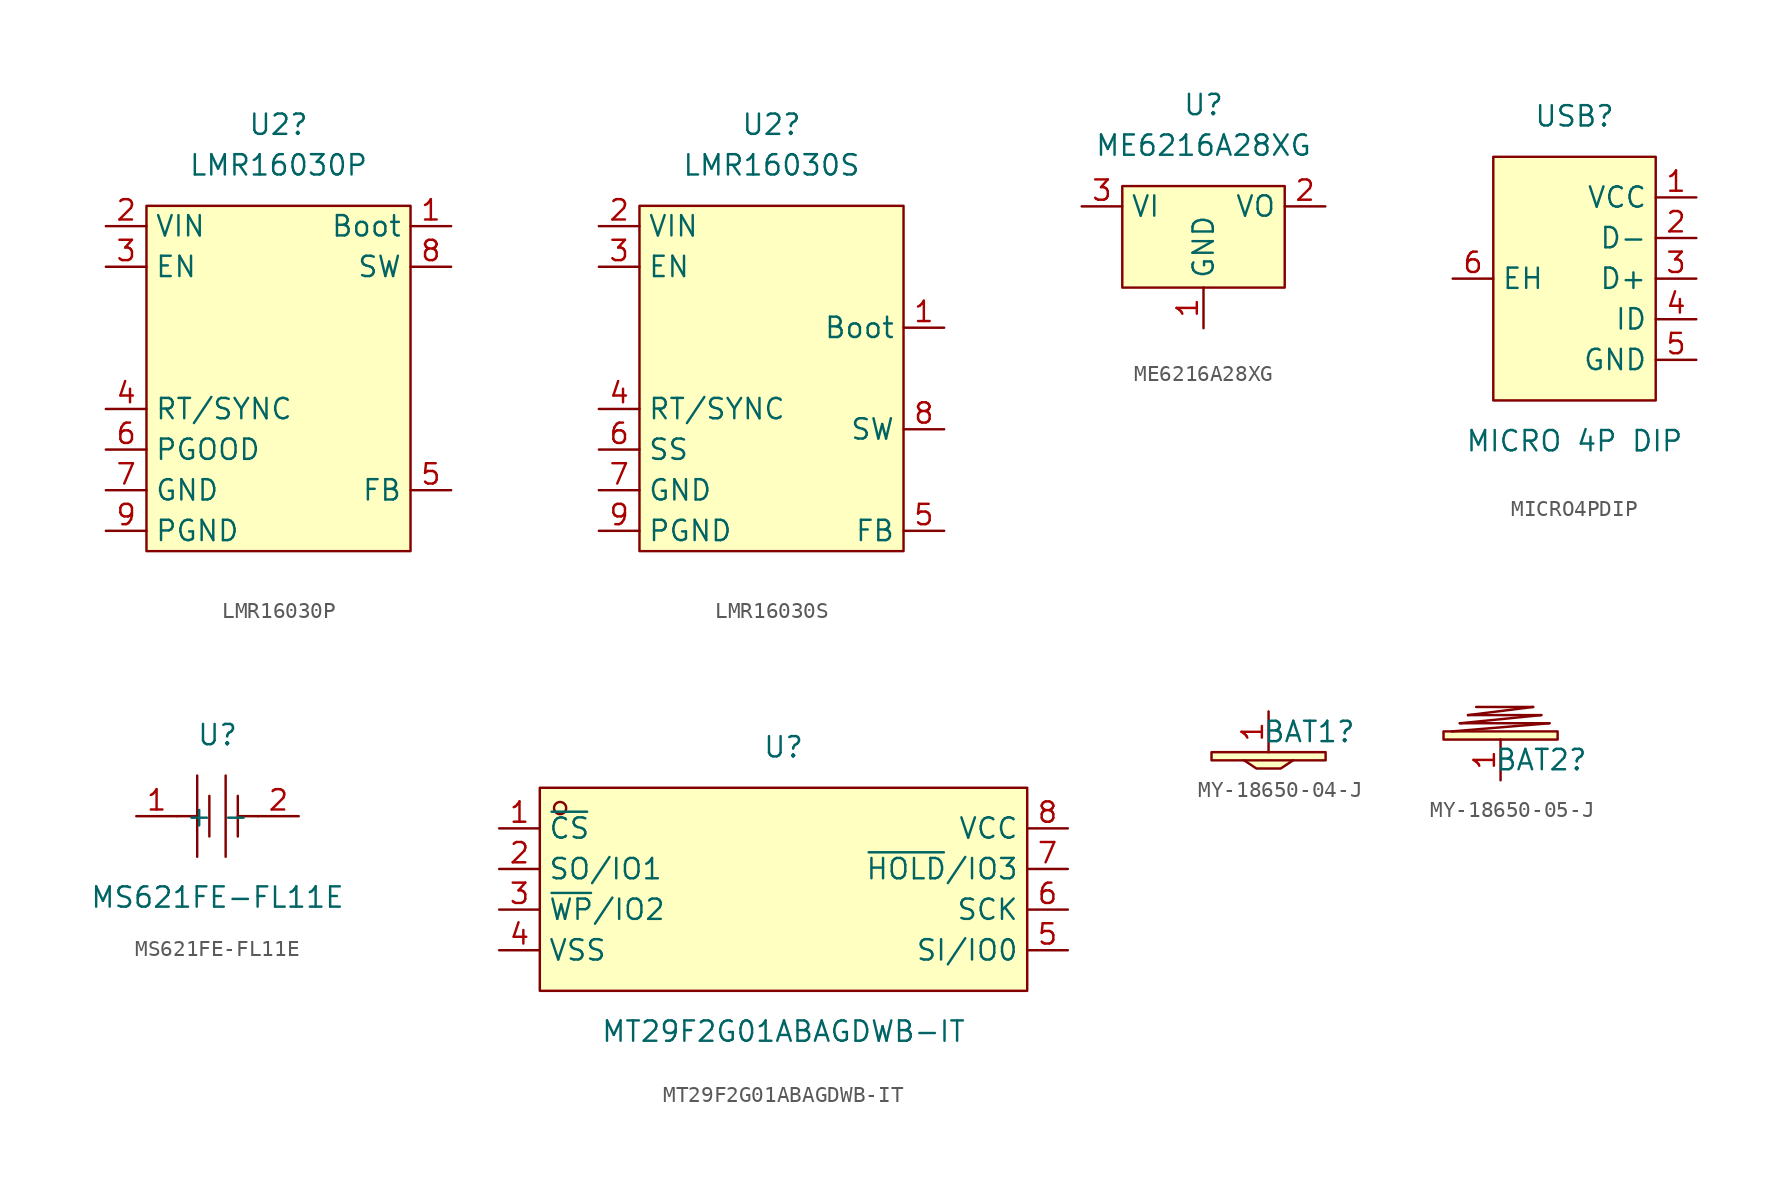
<source format=kicad_sym>
(kicad_symbol_lib
  (version 20231120)
  (generator "kicad_symbol_editor")
  (generator_version "8.0")
  (symbol "LMR16030P"
    (property "Reference" "U2"
      (at -0.635 16.51 0)
      (effects (font (size 1.27 1.27))))
    (property "Value" "LMR16030P"
      (at -0.635 13.97 0)
      (effects (font (size 1.27 1.27))))
    (symbol "LMR16030P_0_1"
      (rectangle (start -8.89 11.43) (end 7.62 -10.16) (stroke (width 0) (type default)) (fill (type background))))
    (symbol "LMR16030P_1_1"
      (pin passive line (at 10.16 10.16 180) (length 2.54) (name "Boot" (effects (font (size 1.27 1.27)))) (number "1" (effects (font (size 1.27 1.27)))))
      (pin passive line (at -11.43 10.16 0) (length 2.54) (name "VIN" (effects (font (size 1.27 1.27)))) (number "2" (effects (font (size 1.27 1.27)))))
      (pin passive line (at -11.43 7.62 0) (length 2.54) (name "EN" (effects (font (size 1.27 1.27)))) (number "3" (effects (font (size 1.27 1.27)))))
      (pin passive line (at -11.43 -1.27 0) (length 2.54) (name "RT/SYNC" (effects (font (size 1.27 1.27)))) (number "4" (effects (font (size 1.27 1.27)))))
      (pin passive line (at 10.16 -6.35 180) (length 2.54) (name "FB" (effects (font (size 1.27 1.27)))) (number "5" (effects (font (size 1.27 1.27)))))
      (pin passive line (at -11.43 -3.81 0) (length 2.54) (name "PGOOD" (effects (font (size 1.27 1.27)))) (number "6" (effects (font (size 1.27 1.27)))))
      (pin passive line (at -11.43 -6.35 0) (length 2.54) (name "GND" (effects (font (size 1.27 1.27)))) (number "7" (effects (font (size 1.27 1.27)))))
      (pin power_out line (at 10.16 7.62 180) (length 2.54) (name "SW" (effects (font (size 1.27 1.27)))) (number "8" (effects (font (size 1.27 1.27)))))
      (pin passive line (at -11.43 -8.89 0) (length 2.54) (name "PGND" (effects (font (size 1.27 1.27)))) (number "9" (effects (font (size 1.27 1.27)))))))
  (symbol "LMR16030S"
    (property "Reference" "U2"
      (at -0.635 16.51 0)
      (effects (font (size 1.27 1.27))))
    (property "Value" "LMR16030S"
      (at -0.635 13.97 0)
      (effects (font (size 1.27 1.27))))
    (symbol "LMR16030S_0_1"
      (rectangle (start -8.89 11.43) (end 7.62 -10.16) (stroke (width 0) (type default)) (fill (type background))))
    (symbol "LMR16030S_1_1"
      (pin passive line (at 10.16 3.81 180) (length 2.54) (name "Boot" (effects (font (size 1.27 1.27)))) (number "1" (effects (font (size 1.27 1.27)))))
      (pin passive line (at -11.43 10.16 0) (length 2.54) (name "VIN" (effects (font (size 1.27 1.27)))) (number "2" (effects (font (size 1.27 1.27)))))
      (pin passive line (at -11.43 7.62 0) (length 2.54) (name "EN" (effects (font (size 1.27 1.27)))) (number "3" (effects (font (size 1.27 1.27)))))
      (pin passive line (at -11.43 -1.27 0) (length 2.54) (name "RT/SYNC" (effects (font (size 1.27 1.27)))) (number "4" (effects (font (size 1.27 1.27)))))
      (pin passive line (at 10.16 -8.89 180) (length 2.54) (name "FB" (effects (font (size 1.27 1.27)))) (number "5" (effects (font (size 1.27 1.27)))))
      (pin passive line (at -11.43 -3.81 0) (length 2.54) (name "SS" (effects (font (size 1.27 1.27)))) (number "6" (effects (font (size 1.27 1.27)))))
      (pin passive line (at -11.43 -6.35 0) (length 2.54) (name "GND" (effects (font (size 1.27 1.27)))) (number "7" (effects (font (size 1.27 1.27)))))
      (pin power_out line (at 10.16 -2.54 180) (length 2.54) (name "SW" (effects (font (size 1.27 1.27)))) (number "8" (effects (font (size 1.27 1.27)))))
      (pin passive line (at -11.43 -8.89 0) (length 2.54) (name "PGND" (effects (font (size 1.27 1.27)))) (number "9" (effects (font (size 1.27 1.27)))))))
  (symbol "ME6216A28XG"
    (property "Reference" "U"
      (at 0 7.62 0)
      (effects (font (size 1.27 1.27))))
    (property "Value" "ME6216A28XG"
      (at 0 5.08 0)
      (effects (font (size 1.27 1.27))))
    (symbol "ME6216A28XG_0_1"
      (rectangle (start -5.08 2.54) (end 5.08 -3.81) (stroke (width 0) (type default)) (fill (type background))))
    (symbol "ME6216A28XG_1_1"
      (pin power_in line (at 0 -6.35 90) (length 2.54) (name "GND" (effects (font (size 1.27 1.27)))) (number "1" (effects (font (size 1.27 1.27)))))
      (pin power_out line (at 7.62 1.27 180) (length 2.54) (name "VO" (effects (font (size 1.27 1.27)))) (number "2" (effects (font (size 1.27 1.27)))))
      (pin power_in line (at -7.62 1.27 0) (length 2.54) (name "VI" (effects (font (size 1.27 1.27)))) (number "3" (effects (font (size 1.27 1.27)))))))
  (symbol "MICRO4PDIP"
    (property "Reference" "USB"
      (at 0 10.16 0)
      (effects (font (size 1.27 1.27))))
    (property "Value" "MICRO 4P DIP"
      (at 0 -10.16 0)
      (effects (font (size 1.27 1.27))))
    (symbol "MICRO4PDIP_0_1"
      (rectangle (start -5.08 7.62) (end 5.08 -7.62) (stroke (width 0) (type default)) (fill (type background)))
      (pin input line (at 7.62 5.08 180) (length 2.54) (name "VCC" (effects (font (size 1.27 1.27)))) (number "1" (effects (font (size 1.27 1.27)))))
      (pin input line (at 7.62 2.54 180) (length 2.54) (name "D-" (effects (font (size 1.27 1.27)))) (number "2" (effects (font (size 1.27 1.27)))))
      (pin input line (at 7.62 0 180) (length 2.54) (name "D+" (effects (font (size 1.27 1.27)))) (number "3" (effects (font (size 1.27 1.27)))))
      (pin input line (at 7.62 -2.54 180) (length 2.54) (name "ID" (effects (font (size 1.27 1.27)))) (number "4" (effects (font (size 1.27 1.27)))))
      (pin input line (at 7.62 -5.08 180) (length 2.54) (name "GND" (effects (font (size 1.27 1.27)))) (number "5" (effects (font (size 1.27 1.27)))))
      (pin unspecified line (at -7.62 0 0) (length 2.54) (name "EH" (effects (font (size 1.27 1.27)))) (number "6" (effects (font (size 1.27 1.27)))))))
  (symbol "MS621FE-FL11E"
    (property "Reference" "U"
      (at 0 5.08 0)
      (effects (font (size 1.27 1.27))))
    (property "Value" "MS621FE-FL11E"
      (at 0 -5.08 0)
      (effects (font (size 1.27 1.27))))
    (symbol "MS621FE-FL11E_0_1"
      (polyline (pts (xy -2.54 0) (xy -1.27 0)) (stroke (width 0) (type default)) (fill (type none)))
      (polyline (pts (xy -1.27 2.54) (xy -1.27 -2.54)) (stroke (width 0) (type default)) (fill (type none)))
      (polyline (pts (xy -0.51 1.27) (xy -0.51 -1.27)) (stroke (width 0) (type default)) (fill (type none)))
      (polyline (pts (xy 0.51 2.54) (xy 0.51 -2.54)) (stroke (width 0) (type default)) (fill (type none)))
      (polyline (pts (xy 1.27 0) (xy 2.54 0)) (stroke (width 0) (type default)) (fill (type none)))
      (polyline (pts (xy 1.27 1.27) (xy 1.27 -1.27)) (stroke (width 0) (type default)) (fill (type none)))
      (pin power_in line (at -5.08 0 0) (length 2.54) (name "+" (effects (font (size 1.27 1.27)))) (number "1" (effects (font (size 1.27 1.27)))))
      (pin power_in line (at 5.08 0 180) (length 2.54) (name "-" (effects (font (size 1.27 1.27)))) (number "2" (effects (font (size 1.27 1.27)))))))
  (symbol "MT29F2G01ABAGDWB-IT"
    (property "Reference" "U"
      (at 0 8.89 0)
      (effects (font (size 1.27 1.27))))
    (property "Value" "MT29F2G01ABAGDWB-IT"
      (at 0 -8.89 0)
      (effects (font (size 1.27 1.27))))
    (symbol "MT29F2G01ABAGDWB-IT_0_1"
      (rectangle (start -15.24 6.35) (end 15.24 -6.35) (stroke (width 0) (type default)) (fill (type background)))
      (circle (center -13.97 5.08) (radius 0.38) (stroke (width 0) (type default)) (fill (type none)))
      (pin unspecified line (at -17.78 3.81 0) (length 2.54) (name "~{CS}" (effects (font (size 1.27 1.27)))) (number "1" (effects (font (size 1.27 1.27)))))
      (pin unspecified line (at -17.78 1.27 0) (length 2.54) (name "SO/IO1" (effects (font (size 1.27 1.27)))) (number "2" (effects (font (size 1.27 1.27)))))
      (pin unspecified line (at -17.78 -1.27 0) (length 2.54) (name "~{WP}/IO2" (effects (font (size 1.27 1.27)))) (number "3" (effects (font (size 1.27 1.27)))))
      (pin unspecified line (at -17.78 -3.81 0) (length 2.54) (name "VSS" (effects (font (size 1.27 1.27)))) (number "4" (effects (font (size 1.27 1.27)))))
      (pin unspecified line (at 17.78 -3.81 180) (length 2.54) (name "SI/IO0" (effects (font (size 1.27 1.27)))) (number "5" (effects (font (size 1.27 1.27)))))
      (pin unspecified line (at 17.78 -1.27 180) (length 2.54) (name "SCK" (effects (font (size 1.27 1.27)))) (number "6" (effects (font (size 1.27 1.27)))))
      (pin unspecified line (at 17.78 1.27 180) (length 2.54) (name "~{HOLD}/IO3" (effects (font (size 1.27 1.27)))) (number "7" (effects (font (size 1.27 1.27)))))
      (pin unspecified line (at 17.78 3.81 180) (length 2.54) (name "VCC" (effects (font (size 1.27 1.27)))) (number "8" (effects (font (size 1.27 1.27)))))))
  (symbol "MY-18650-04-J"
    (property "Reference" "BAT1"
      (at 2.54 1.27 0)
      (effects (font (size 1.27 1.27))))
    (symbol "MY-18650-04-J_1_1"
      (polyline (pts (xy -1.524 -0.508) (xy 1.524 -0.508)) (stroke (width 0) (type default)) (fill (type none)))
      (polyline (pts (xy 3.556 0) (xy 3.556 -0.508) (xy 1.524 -0.508) (xy 0.762 -1.016) (xy -0.762 -1.016) (xy -1.524 -0.508) (xy -3.556 -0.508) (xy -3.556 0) (xy 3.556 0)) (stroke (width 0) (type default)) (fill (type color) (color 255 255 194 1)))
      (pin unspecified line (at 0 2.54 270) (length 2.54) (name "" (effects (font (size 1.27 1.27)))) (number "1" (effects (font (size 1.27 1.27)))))))
  (symbol "MY-18650-05-J"
    (property "Reference" "BAT2"
      (at 2.54 -1.27 0)
      (effects (font (size 1.27 1.27))))
    (symbol "MY-18650-05-J_1_1"
      (rectangle (start -3.556 0.508) (end 3.556 0) (stroke (width 0) (type default)) (fill (type color) (color 255 255 194 1)))
      (polyline (pts (xy -3.048 0.508) (xy 3.048 1.016)) (stroke (width 0) (type default)) (fill (type none)))
      (polyline (pts (xy -2.54 1.016) (xy 2.54 1.524)) (stroke (width 0) (type default)) (fill (type none)))
      (polyline (pts (xy -2.032 1.524) (xy 2.032 2.032)) (stroke (width 0) (type default)) (fill (type none)))
      (polyline (pts (xy 2.032 2.032) (xy -1.524 2.032)) (stroke (width 0) (type default)) (fill (type none)))
      (polyline (pts (xy 2.54 1.524) (xy -2.032 1.524)) (stroke (width 0) (type default)) (fill (type none)))
      (polyline (pts (xy 3.048 1.016) (xy -2.54 1.016)) (stroke (width 0) (type default)) (fill (type none)))
      (pin power_out line (at 0 -2.54 90) (length 2.54) (name "" (effects (font (size 1.27 1.27)))) (number "1" (effects (font (size 1.27 1.27))))))))
</source>
